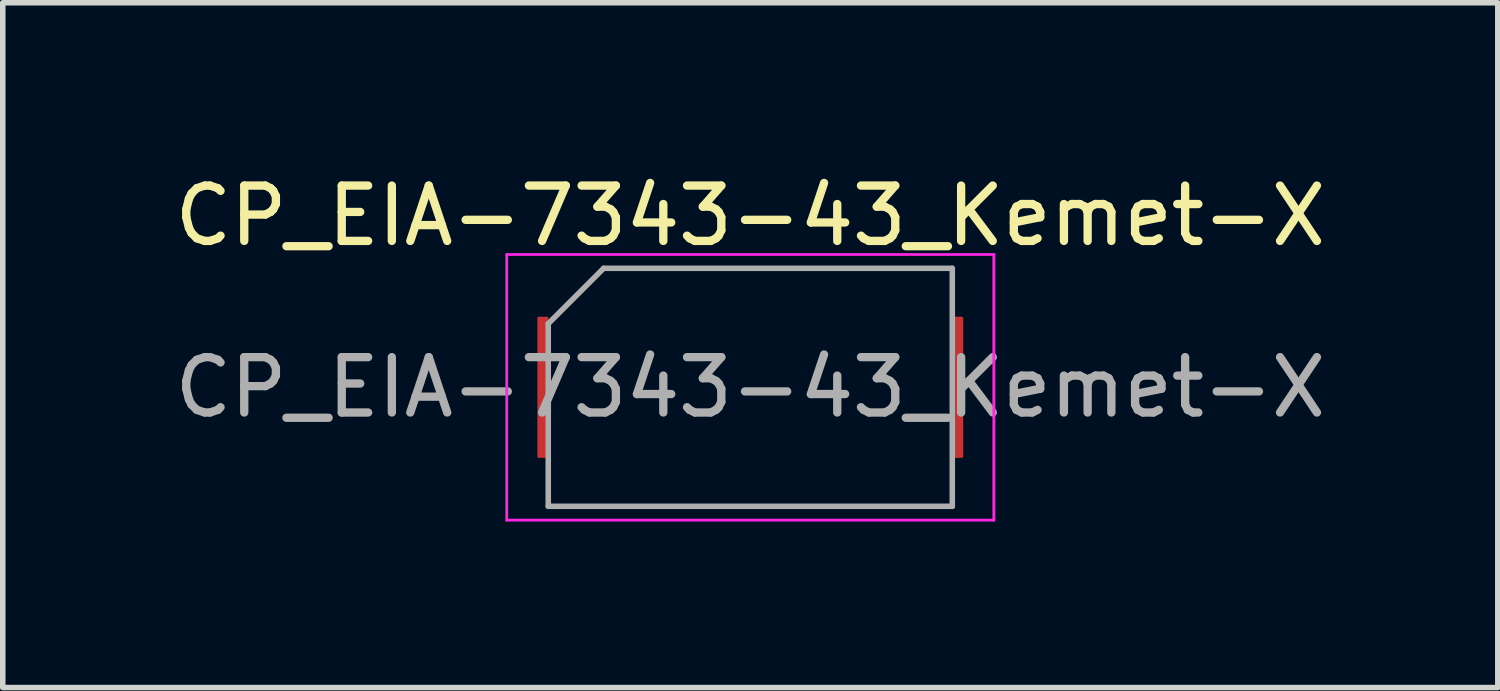
<source format=kicad_pcb>
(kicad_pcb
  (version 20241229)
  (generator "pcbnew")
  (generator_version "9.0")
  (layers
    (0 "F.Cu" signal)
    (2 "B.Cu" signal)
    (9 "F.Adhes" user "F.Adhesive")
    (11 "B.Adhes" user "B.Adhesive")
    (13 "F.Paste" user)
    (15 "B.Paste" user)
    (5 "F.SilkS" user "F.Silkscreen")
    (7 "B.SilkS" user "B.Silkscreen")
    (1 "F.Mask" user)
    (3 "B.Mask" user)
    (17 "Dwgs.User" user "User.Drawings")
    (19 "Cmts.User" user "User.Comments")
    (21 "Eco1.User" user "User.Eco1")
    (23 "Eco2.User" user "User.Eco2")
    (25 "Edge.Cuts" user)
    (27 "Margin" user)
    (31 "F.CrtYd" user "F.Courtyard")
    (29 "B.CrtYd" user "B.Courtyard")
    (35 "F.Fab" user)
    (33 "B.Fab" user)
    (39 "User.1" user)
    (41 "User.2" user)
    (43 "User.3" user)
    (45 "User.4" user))
  (footprint "CP_EIA-7343-43_Kemet-X"
    (layer "F.Cu")
    (at 10.506 3.948)
    (property "Reference" "CP_EIA-7343-43_Kemet-X" (at 0 -3.1 180) (layer "F.SilkS") (effects (font (size 1 1) (thickness 0.15))))
    (attr smd)
    (fp_line (start -4.4 -2.4) (end 4.4 -2.4) (stroke (width 0.05) (type solid)) (layer "F.CrtYd"))
    (fp_line (start -4.4 2.4) (end -4.4 -2.4) (stroke (width 0.05) (type solid)) (layer "F.CrtYd"))
    (fp_line (start 4.4 -2.4) (end 4.4 2.4) (stroke (width 0.05) (type solid)) (layer "F.CrtYd"))
    (fp_line (start 4.4 2.4) (end -4.4 2.4) (stroke (width 0.05) (type solid)) (layer "F.CrtYd"))
    (fp_line (start -3.65 -1.15) (end -3.65 2.15) (stroke (width 0.1) (type solid)) (layer "F.Fab"))
    (fp_line (start -3.65 2.15) (end 3.65 2.15) (stroke (width 0.1) (type solid)) (layer "F.Fab"))
    (fp_line (start -2.65 -2.15) (end -3.65 -1.15) (stroke (width 0.1) (type solid)) (layer "F.Fab"))
    (fp_line (start 3.65 -2.15) (end -2.65 -2.15) (stroke (width 0.1) (type solid)) (layer "F.Fab"))
    (fp_line (start 3.65 2.15) (end 3.65 -2.15) (stroke (width 0.1) (type solid)) (layer "F.Fab"))
    (fp_text user "${REFERENCE}" (at 0 0 180) (layer "F.Fab") (effects (font (size 1 1) (thickness 0.15))))
    (pad "1" smd roundrect (at -3.747 0) (size 0.2 2.55) (layers "F.Cu" "F.Mask" "F.Paste") (roundrect_rratio 0.12))
    (pad "2" smd roundrect (at 3.747 0) (size 0.2 2.55) (layers "F.Cu" "F.Mask" "F.Paste") (roundrect_rratio 0.12)))
  (gr_rect
    (start -3 -3)
    (end 24.012 9.373)
    (stroke (width 0.1) (type default))
    (fill no)
    (layer "Edge.Cuts")))
</source>
